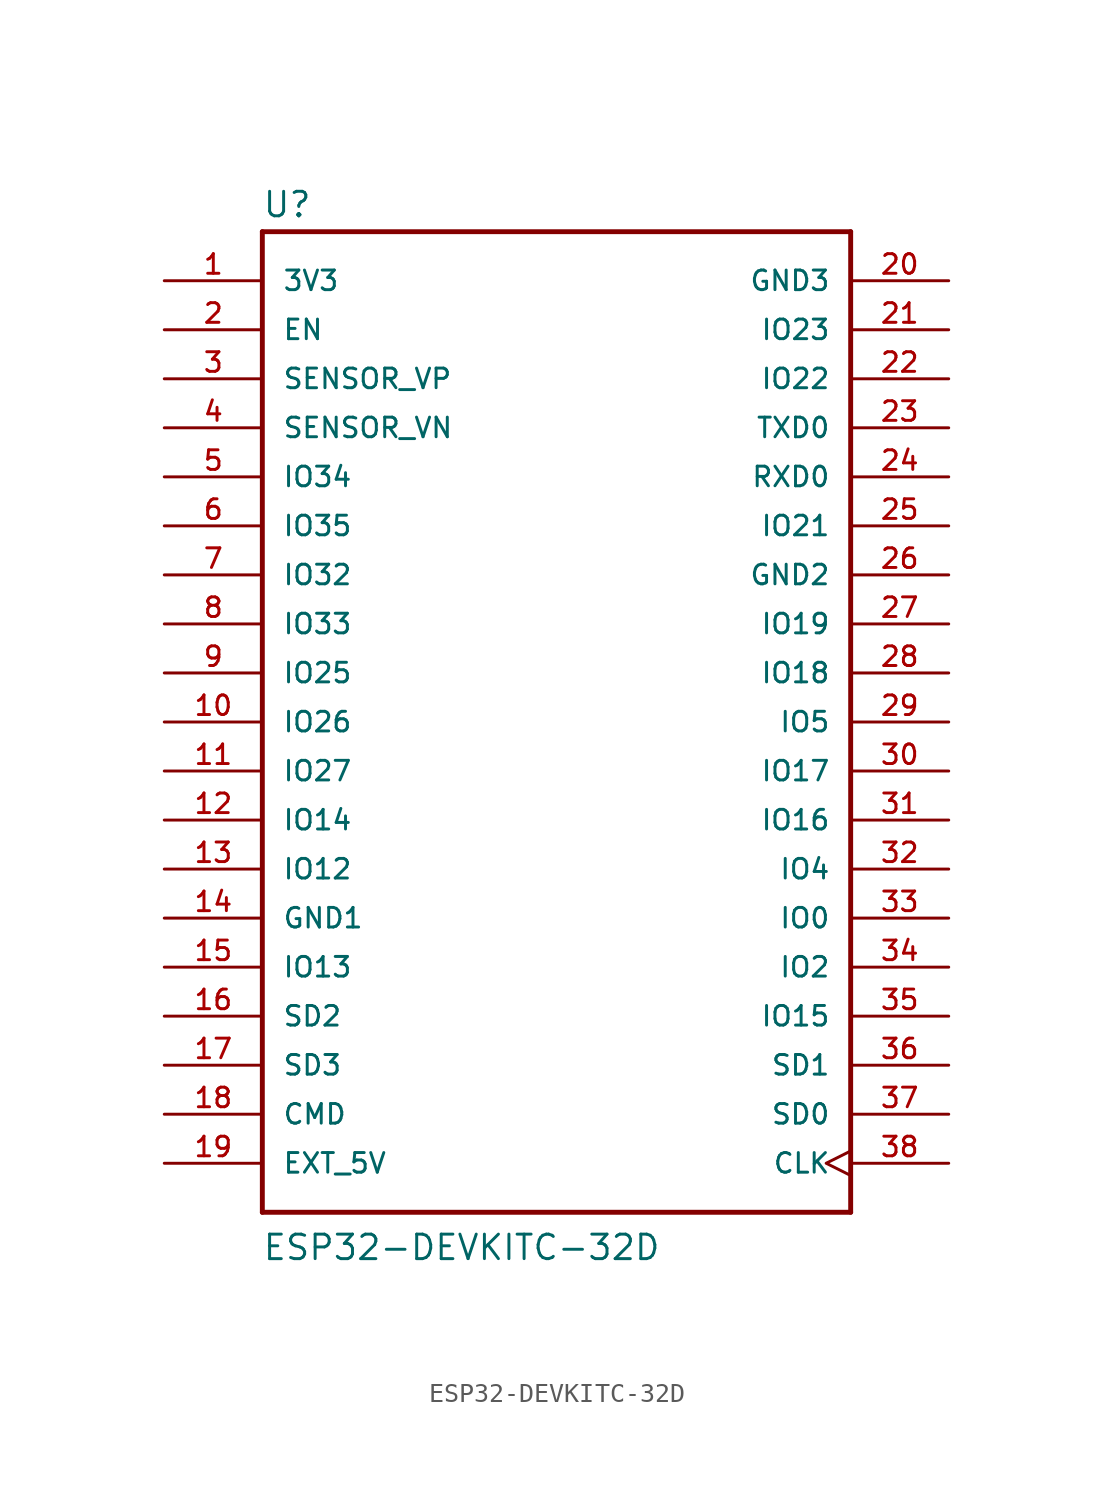
<source format=kicad_sym>
(kicad_symbol_lib
  (version 20211014)
  (generator kicad_symbol_editor)
  (symbol "ESP32-DEVKITC-32D"
    (pin_names
      (offset 1.016))
    (property "Reference" "U"
      (at -15.265 26.06 0)
      (effects (font (size 1.27 1.27)) (justify left bottom)))
    (property "Value" "ESP32-DEVKITC-32D"
      (at -15.265 -27.965 0)
      (effects (font (size 1.27 1.27)) (justify left bottom)))
    (symbol "ESP32-DEVKITC-32D_0_0"
      (polyline (pts (xy -15.24 -25.4) (xy -15.24 25.4)) (stroke (width 0.254) (type default) (color 0 0 0 0)) (fill (type none)))
      (polyline (pts (xy -15.24 25.4) (xy 15.24 25.4)) (stroke (width 0.254) (type default) (color 0 0 0 0)) (fill (type none)))
      (polyline (pts (xy 15.24 -25.4) (xy -15.24 -25.4)) (stroke (width 0.254) (type default) (color 0 0 0 0)) (fill (type none)))
      (polyline (pts (xy 15.24 25.4) (xy 15.24 -25.4)) (stroke (width 0.254) (type default) (color 0 0 0 0)) (fill (type none)))
      (pin power_in line (at -20.32 22.86 0) (length 5.08) (name "3V3" (effects (font (size 1.016 1.016)))) (number "1" (effects (font (size 1.016 1.016)))))
      (pin bidirectional line (at -20.32 0 0) (length 5.08) (name "IO26" (effects (font (size 1.016 1.016)))) (number "10" (effects (font (size 1.016 1.016)))))
      (pin bidirectional line (at -20.32 -2.54 0) (length 5.08) (name "IO27" (effects (font (size 1.016 1.016)))) (number "11" (effects (font (size 1.016 1.016)))))
      (pin bidirectional line (at -20.32 -5.08 0) (length 5.08) (name "IO14" (effects (font (size 1.016 1.016)))) (number "12" (effects (font (size 1.016 1.016)))))
      (pin bidirectional line (at -20.32 -7.62 0) (length 5.08) (name "IO12" (effects (font (size 1.016 1.016)))) (number "13" (effects (font (size 1.016 1.016)))))
      (pin power_in line (at -20.32 -10.16 0) (length 5.08) (name "GND1" (effects (font (size 1.016 1.016)))) (number "14" (effects (font (size 1.016 1.016)))))
      (pin bidirectional line (at -20.32 -12.7 0) (length 5.08) (name "IO13" (effects (font (size 1.016 1.016)))) (number "15" (effects (font (size 1.016 1.016)))))
      (pin bidirectional line (at -20.32 -15.24 0) (length 5.08) (name "SD2" (effects (font (size 1.016 1.016)))) (number "16" (effects (font (size 1.016 1.016)))))
      (pin bidirectional line (at -20.32 -17.78 0) (length 5.08) (name "SD3" (effects (font (size 1.016 1.016)))) (number "17" (effects (font (size 1.016 1.016)))))
      (pin bidirectional line (at -20.32 -20.32 0) (length 5.08) (name "CMD" (effects (font (size 1.016 1.016)))) (number "18" (effects (font (size 1.016 1.016)))))
      (pin power_in line (at -20.32 -22.86 0) (length 5.08) (name "EXT_5V" (effects (font (size 1.016 1.016)))) (number "19" (effects (font (size 1.016 1.016)))))
      (pin input line (at -20.32 20.32 0) (length 5.08) (name "EN" (effects (font (size 1.016 1.016)))) (number "2" (effects (font (size 1.016 1.016)))))
      (pin power_in line (at 20.32 22.86 180) (length 5.08) (name "GND3" (effects (font (size 1.016 1.016)))) (number "20" (effects (font (size 1.016 1.016)))))
      (pin bidirectional line (at 20.32 20.32 180) (length 5.08) (name "IO23" (effects (font (size 1.016 1.016)))) (number "21" (effects (font (size 1.016 1.016)))))
      (pin bidirectional line (at 20.32 17.78 180) (length 5.08) (name "IO22" (effects (font (size 1.016 1.016)))) (number "22" (effects (font (size 1.016 1.016)))))
      (pin output line (at 20.32 15.24 180) (length 5.08) (name "TXD0" (effects (font (size 1.016 1.016)))) (number "23" (effects (font (size 1.016 1.016)))))
      (pin input line (at 20.32 12.7 180) (length 5.08) (name "RXD0" (effects (font (size 1.016 1.016)))) (number "24" (effects (font (size 1.016 1.016)))))
      (pin bidirectional line (at 20.32 10.16 180) (length 5.08) (name "IO21" (effects (font (size 1.016 1.016)))) (number "25" (effects (font (size 1.016 1.016)))))
      (pin power_in line (at 20.32 7.62 180) (length 5.08) (name "GND2" (effects (font (size 1.016 1.016)))) (number "26" (effects (font (size 1.016 1.016)))))
      (pin bidirectional line (at 20.32 5.08 180) (length 5.08) (name "IO19" (effects (font (size 1.016 1.016)))) (number "27" (effects (font (size 1.016 1.016)))))
      (pin bidirectional line (at 20.32 2.54 180) (length 5.08) (name "IO18" (effects (font (size 1.016 1.016)))) (number "28" (effects (font (size 1.016 1.016)))))
      (pin bidirectional line (at 20.32 0 180) (length 5.08) (name "IO5" (effects (font (size 1.016 1.016)))) (number "29" (effects (font (size 1.016 1.016)))))
      (pin input line (at -20.32 17.78 0) (length 5.08) (name "SENSOR_VP" (effects (font (size 1.016 1.016)))) (number "3" (effects (font (size 1.016 1.016)))))
      (pin bidirectional line (at 20.32 -2.54 180) (length 5.08) (name "IO17" (effects (font (size 1.016 1.016)))) (number "30" (effects (font (size 1.016 1.016)))))
      (pin bidirectional line (at 20.32 -5.08 180) (length 5.08) (name "IO16" (effects (font (size 1.016 1.016)))) (number "31" (effects (font (size 1.016 1.016)))))
      (pin bidirectional line (at 20.32 -7.62 180) (length 5.08) (name "IO4" (effects (font (size 1.016 1.016)))) (number "32" (effects (font (size 1.016 1.016)))))
      (pin bidirectional line (at 20.32 -10.16 180) (length 5.08) (name "IO0" (effects (font (size 1.016 1.016)))) (number "33" (effects (font (size 1.016 1.016)))))
      (pin bidirectional line (at 20.32 -12.7 180) (length 5.08) (name "IO2" (effects (font (size 1.016 1.016)))) (number "34" (effects (font (size 1.016 1.016)))))
      (pin bidirectional line (at 20.32 -15.24 180) (length 5.08) (name "IO15" (effects (font (size 1.016 1.016)))) (number "35" (effects (font (size 1.016 1.016)))))
      (pin bidirectional line (at 20.32 -17.78 180) (length 5.08) (name "SD1" (effects (font (size 1.016 1.016)))) (number "36" (effects (font (size 1.016 1.016)))))
      (pin bidirectional line (at 20.32 -20.32 180) (length 5.08) (name "SD0" (effects (font (size 1.016 1.016)))) (number "37" (effects (font (size 1.016 1.016)))))
      (pin input clock (at 20.32 -22.86 180) (length 5.08) (name "CLK" (effects (font (size 1.016 1.016)))) (number "38" (effects (font (size 1.016 1.016)))))
      (pin input line (at -20.32 15.24 0) (length 5.08) (name "SENSOR_VN" (effects (font (size 1.016 1.016)))) (number "4" (effects (font (size 1.016 1.016)))))
      (pin bidirectional line (at -20.32 12.7 0) (length 5.08) (name "IO34" (effects (font (size 1.016 1.016)))) (number "5" (effects (font (size 1.016 1.016)))))
      (pin bidirectional line (at -20.32 10.16 0) (length 5.08) (name "IO35" (effects (font (size 1.016 1.016)))) (number "6" (effects (font (size 1.016 1.016)))))
      (pin bidirectional line (at -20.32 7.62 0) (length 5.08) (name "IO32" (effects (font (size 1.016 1.016)))) (number "7" (effects (font (size 1.016 1.016)))))
      (pin bidirectional line (at -20.32 5.08 0) (length 5.08) (name "IO33" (effects (font (size 1.016 1.016)))) (number "8" (effects (font (size 1.016 1.016)))))
      (pin bidirectional line (at -20.32 2.54 0) (length 5.08) (name "IO25" (effects (font (size 1.016 1.016)))) (number "9" (effects (font (size 1.016 1.016))))))))
</source>
